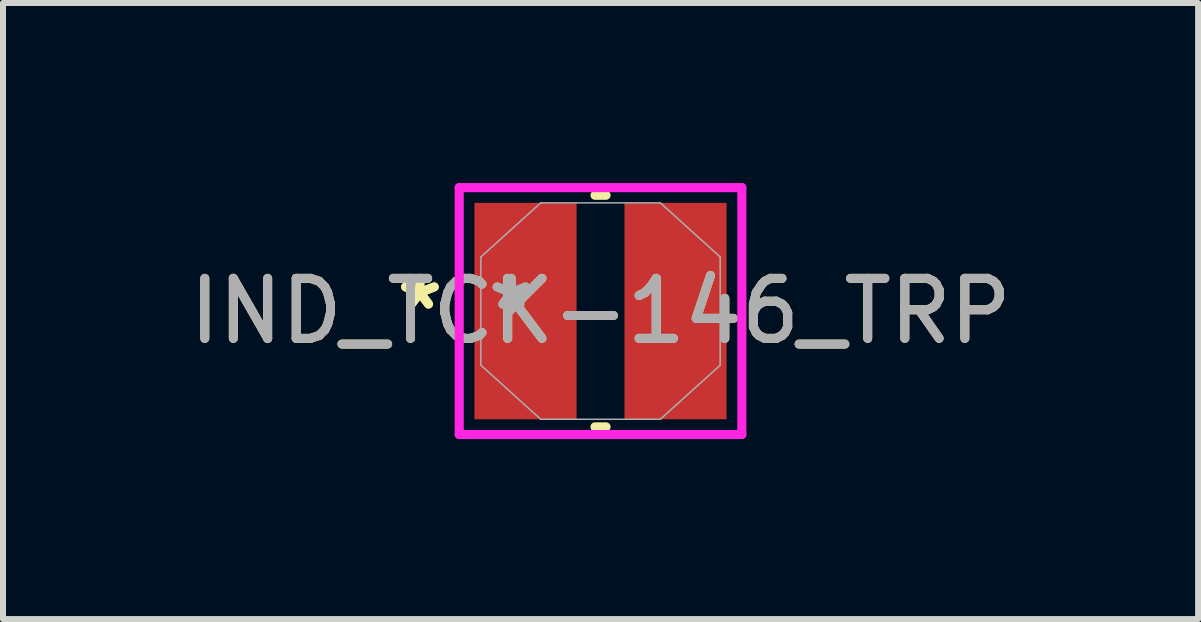
<source format=kicad_pcb>
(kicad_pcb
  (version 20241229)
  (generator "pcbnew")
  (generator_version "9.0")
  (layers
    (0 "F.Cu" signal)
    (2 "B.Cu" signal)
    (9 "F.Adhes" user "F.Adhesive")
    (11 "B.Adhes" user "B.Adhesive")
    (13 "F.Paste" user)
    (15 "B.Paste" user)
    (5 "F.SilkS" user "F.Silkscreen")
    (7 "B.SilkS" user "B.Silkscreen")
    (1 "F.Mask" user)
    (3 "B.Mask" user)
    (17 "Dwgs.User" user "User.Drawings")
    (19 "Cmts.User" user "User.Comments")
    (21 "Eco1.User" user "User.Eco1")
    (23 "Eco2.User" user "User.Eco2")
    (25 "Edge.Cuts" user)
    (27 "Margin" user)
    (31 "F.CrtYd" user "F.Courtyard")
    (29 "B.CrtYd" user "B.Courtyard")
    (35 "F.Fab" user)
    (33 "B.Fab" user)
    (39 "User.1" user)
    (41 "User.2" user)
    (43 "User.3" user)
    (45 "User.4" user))
  (footprint "IND_TCK-146_TRP"
    (layer "F.Cu")
    (at 6.958 2.134)
    (property "Reference" "IND_TCK-146_TRP" (at 0 0 0) (unlocked yes) (layer "F.SilkS") (effects (font (size 1 1) (thickness 0.15))))
    (attr smd)
    (fp_line (start -0.092 1.93) (end 0.092 1.93) (stroke (width 0.152) (type solid)) (layer "F.SilkS"))
    (fp_line (start 0.092 -1.93) (end -0.092 -1.93) (stroke (width 0.152) (type solid)) (layer "F.SilkS"))
    (fp_line (start -2.355 -2.057) (end 2.355 -2.057) (stroke (width 0.152) (type solid)) (layer "F.CrtYd"))
    (fp_line (start -2.355 2.057) (end -2.355 -2.057) (stroke (width 0.152) (type solid)) (layer "F.CrtYd"))
    (fp_line (start 2.355 -2.057) (end 2.355 2.057) (stroke (width 0.152) (type solid)) (layer "F.CrtYd"))
    (fp_line (start 2.355 2.057) (end -2.355 2.057) (stroke (width 0.152) (type solid)) (layer "F.CrtYd"))
    (fp_line (start -1.994 -0.902) (end -1.994 0.902) (stroke (width 0.025) (type solid)) (layer "F.Fab"))
    (fp_line (start -1.994 0.902) (end -0.997 1.803) (stroke (width 0.025) (type solid)) (layer "F.Fab"))
    (fp_line (start -0.997 -1.803) (end -1.994 -0.902) (stroke (width 0.025) (type solid)) (layer "F.Fab"))
    (fp_line (start -0.997 1.803) (end 0.997 1.803) (stroke (width 0.025) (type solid)) (layer "F.Fab"))
    (fp_line (start 0.997 -1.803) (end -0.997 -1.803) (stroke (width 0.025) (type solid)) (layer "F.Fab"))
    (fp_line (start 0.997 1.803) (end 1.994 0.902) (stroke (width 0.025) (type solid)) (layer "F.Fab"))
    (fp_line (start 1.994 -0.902) (end 0.997 -1.803) (stroke (width 0.025) (type solid)) (layer "F.Fab"))
    (fp_line (start 1.994 0.902) (end 1.994 -0.902) (stroke (width 0.025) (type solid)) (layer "F.Fab"))
    (fp_text user "*" (at -3.01 0 0) (unlocked yes) (layer "F.SilkS") (effects (font (size 1 1) (thickness 0.15))))
    (fp_text user "*" (at -3.01 0 0) (layer "F.SilkS") (effects (font (size 1 1) (thickness 0.15))))
    (fp_text user "${REFERENCE}" (at 0 0 0) (unlocked yes) (layer "F.Fab") (effects (font (size 1 1) (thickness 0.15))))
    (fp_text user "*" (at -1.486 0 0) (layer "F.Fab") (effects (font (size 1 1) (thickness 0.15))))
    (fp_text user "*" (at -1.486 0 0) (unlocked yes) (layer "F.Fab") (effects (font (size 1 1) (thickness 0.15))))
    (pad "1" smd rect (at -1.25 0) (size 1.702 3.607) (layers "F.Cu" "F.Mask" "F.Paste"))
    (pad "2" smd rect (at 1.25 0) (size 1.702 3.607) (layers "F.Cu" "F.Mask" "F.Paste")))
  (gr_rect
    (start -3 -3)
    (end 16.917 7.267)
    (stroke (width 0.1) (type default))
    (fill no)
    (layer "Edge.Cuts")))
</source>
